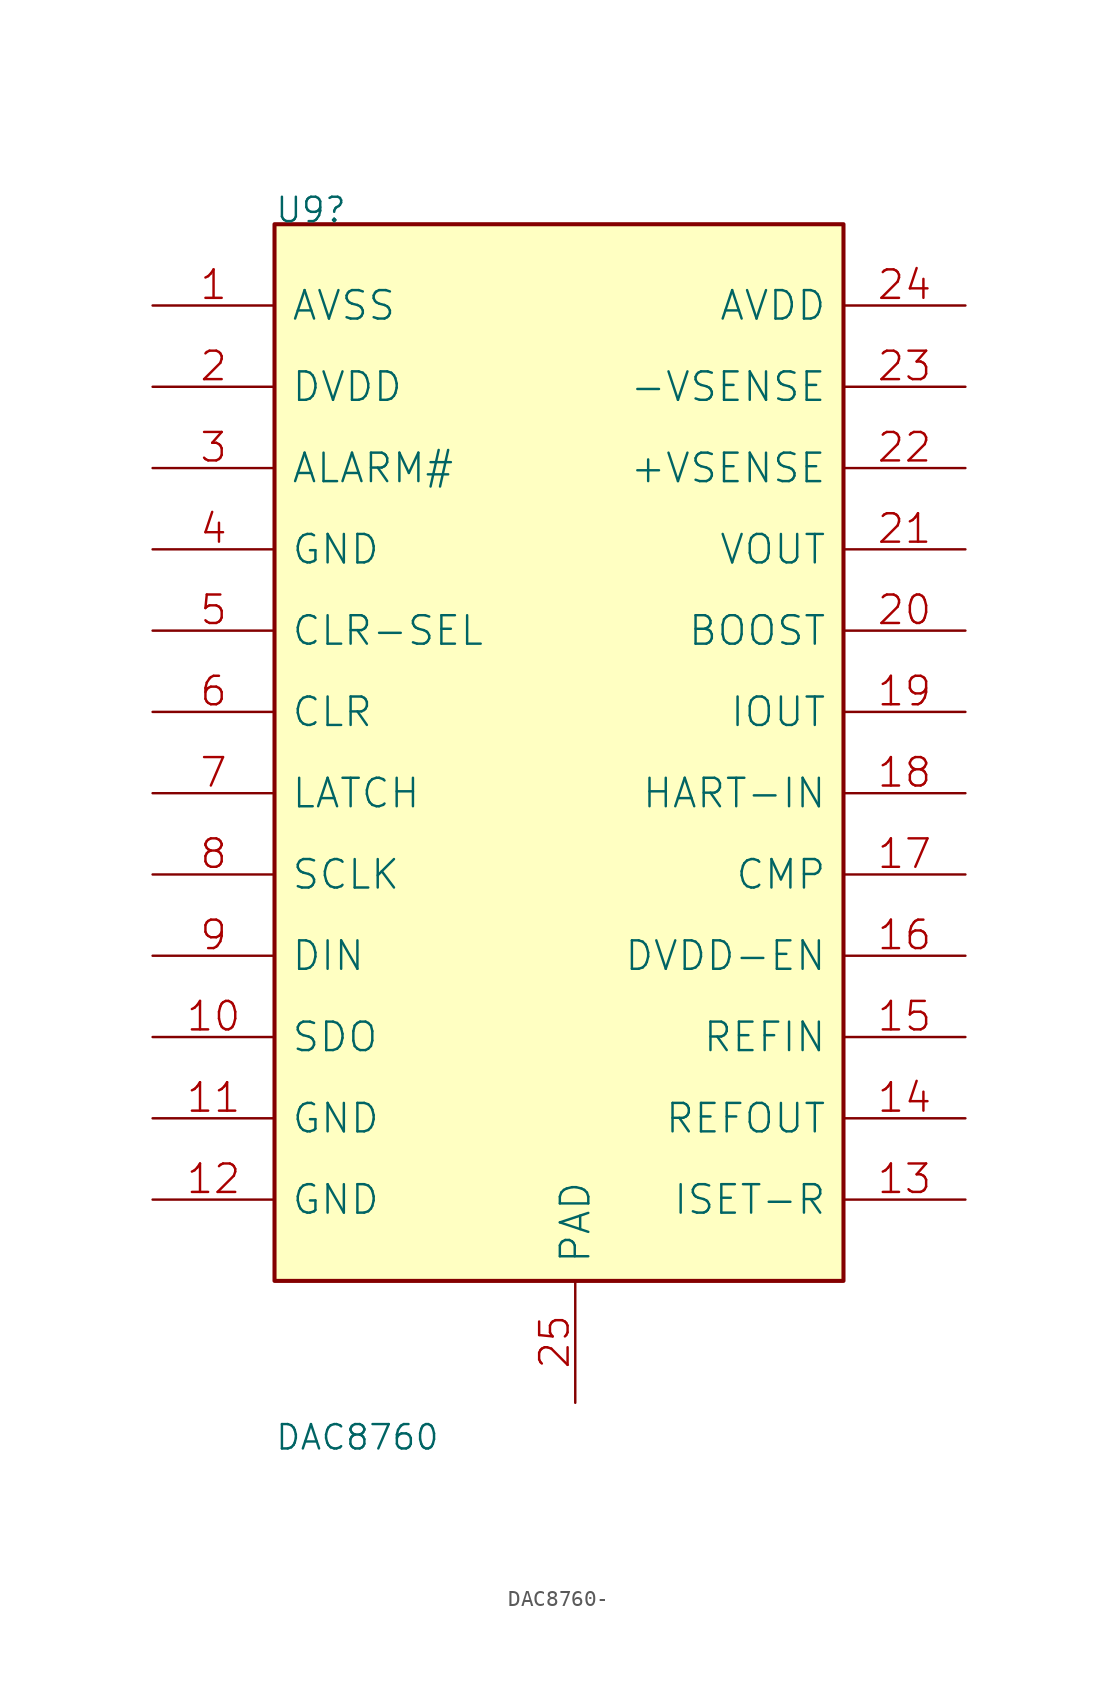
<source format=kicad_sym>
(kicad_symbol_lib
  (version 20211014)
  (generator kicad_symbol_editor)
  (symbol "DAC8760-"
    (pin_names
      (offset 1.016))
    (property "Reference" "U9"
      (at -40.64 22.86 0)
      (effects (font (size 1.524 1.524)) (justify left bottom)))
    (property "Value" "DAC8760"
      (at -40.64 -53.848 0)
      (effects (font (size 1.524 1.524)) (justify left bottom)))
    (property "Footprint" ""
      (at -40.64 -53.848 0)
      (effects (font (size 1.524 1.524))))
    (property "Datasheet" ""
      (at -40.64 -53.848 0)
      (effects (font (size 1.524 1.524))))
    (symbol "DAC8760-_0_1"
      (rectangle (start -40.64 -43.18) (end -5.08 22.86) (stroke (width 0.254) (type default) (color 0 0 0 0)) (fill (type background)))
      (pin passive line (at -48.26 17.78 0) (length 7.62) (name "AVSS" (effects (font (size 1.778 1.778)))) (number "1" (effects (font (size 1.778 1.778)))))
      (pin passive line (at -48.26 -27.94 0) (length 7.62) (name "SDO" (effects (font (size 1.778 1.778)))) (number "10" (effects (font (size 1.778 1.778)))))
      (pin passive line (at -48.26 -33.02 0) (length 7.62) (name "GND" (effects (font (size 1.778 1.778)))) (number "11" (effects (font (size 1.778 1.778)))))
      (pin passive line (at -48.26 -38.1 0) (length 7.62) (name "GND" (effects (font (size 1.778 1.778)))) (number "12" (effects (font (size 1.778 1.778)))))
      (pin passive line (at 2.54 -38.1 180) (length 7.62) (name "ISET-R" (effects (font (size 1.778 1.778)))) (number "13" (effects (font (size 1.778 1.778)))))
      (pin passive line (at 2.54 -33.02 180) (length 7.62) (name "REFOUT" (effects (font (size 1.778 1.778)))) (number "14" (effects (font (size 1.778 1.778)))))
      (pin passive line (at 2.54 -27.94 180) (length 7.62) (name "REFIN" (effects (font (size 1.778 1.778)))) (number "15" (effects (font (size 1.778 1.778)))))
      (pin passive line (at 2.54 -22.86 180) (length 7.62) (name "DVDD-EN" (effects (font (size 1.778 1.778)))) (number "16" (effects (font (size 1.778 1.778)))))
      (pin passive line (at 2.54 -17.78 180) (length 7.62) (name "CMP" (effects (font (size 1.778 1.778)))) (number "17" (effects (font (size 1.778 1.778)))))
      (pin passive line (at 2.54 -12.7 180) (length 7.62) (name "HART-IN" (effects (font (size 1.778 1.778)))) (number "18" (effects (font (size 1.778 1.778)))))
      (pin passive line (at 2.54 -7.62 180) (length 7.62) (name "IOUT" (effects (font (size 1.778 1.778)))) (number "19" (effects (font (size 1.778 1.778)))))
      (pin passive line (at -48.26 12.7 0) (length 7.62) (name "DVDD" (effects (font (size 1.778 1.778)))) (number "2" (effects (font (size 1.778 1.778)))))
      (pin passive line (at 2.54 -2.54 180) (length 7.62) (name "BOOST" (effects (font (size 1.778 1.778)))) (number "20" (effects (font (size 1.778 1.778)))))
      (pin passive line (at 2.54 2.54 180) (length 7.62) (name "VOUT" (effects (font (size 1.778 1.778)))) (number "21" (effects (font (size 1.778 1.778)))))
      (pin passive line (at 2.54 7.62 180) (length 7.62) (name "+VSENSE" (effects (font (size 1.778 1.778)))) (number "22" (effects (font (size 1.778 1.778)))))
      (pin passive line (at 2.54 12.7 180) (length 7.62) (name "-VSENSE" (effects (font (size 1.778 1.778)))) (number "23" (effects (font (size 1.778 1.778)))))
      (pin passive line (at 2.54 17.78 180) (length 7.62) (name "AVDD" (effects (font (size 1.778 1.778)))) (number "24" (effects (font (size 1.778 1.778)))))
      (pin passive line (at -21.844 -50.8 90) (length 7.62) (name "PAD" (effects (font (size 1.778 1.778)))) (number "25" (effects (font (size 1.778 1.778)))))
      (pin passive line (at -48.26 7.62 0) (length 7.62) (name "ALARM#" (effects (font (size 1.778 1.778)))) (number "3" (effects (font (size 1.778 1.778)))))
      (pin passive line (at -48.26 2.54 0) (length 7.62) (name "GND" (effects (font (size 1.778 1.778)))) (number "4" (effects (font (size 1.778 1.778)))))
      (pin passive line (at -48.26 -2.54 0) (length 7.62) (name "CLR-SEL" (effects (font (size 1.778 1.778)))) (number "5" (effects (font (size 1.778 1.778)))))
      (pin passive line (at -48.26 -7.62 0) (length 7.62) (name "CLR" (effects (font (size 1.778 1.778)))) (number "6" (effects (font (size 1.778 1.778)))))
      (pin passive line (at -48.26 -12.7 0) (length 7.62) (name "LATCH" (effects (font (size 1.778 1.778)))) (number "7" (effects (font (size 1.778 1.778)))))
      (pin passive line (at -48.26 -17.78 0) (length 7.62) (name "SCLK" (effects (font (size 1.778 1.778)))) (number "8" (effects (font (size 1.778 1.778)))))
      (pin passive line (at -48.26 -22.86 0) (length 7.62) (name "DIN" (effects (font (size 1.778 1.778)))) (number "9" (effects (font (size 1.778 1.778))))))))
</source>
